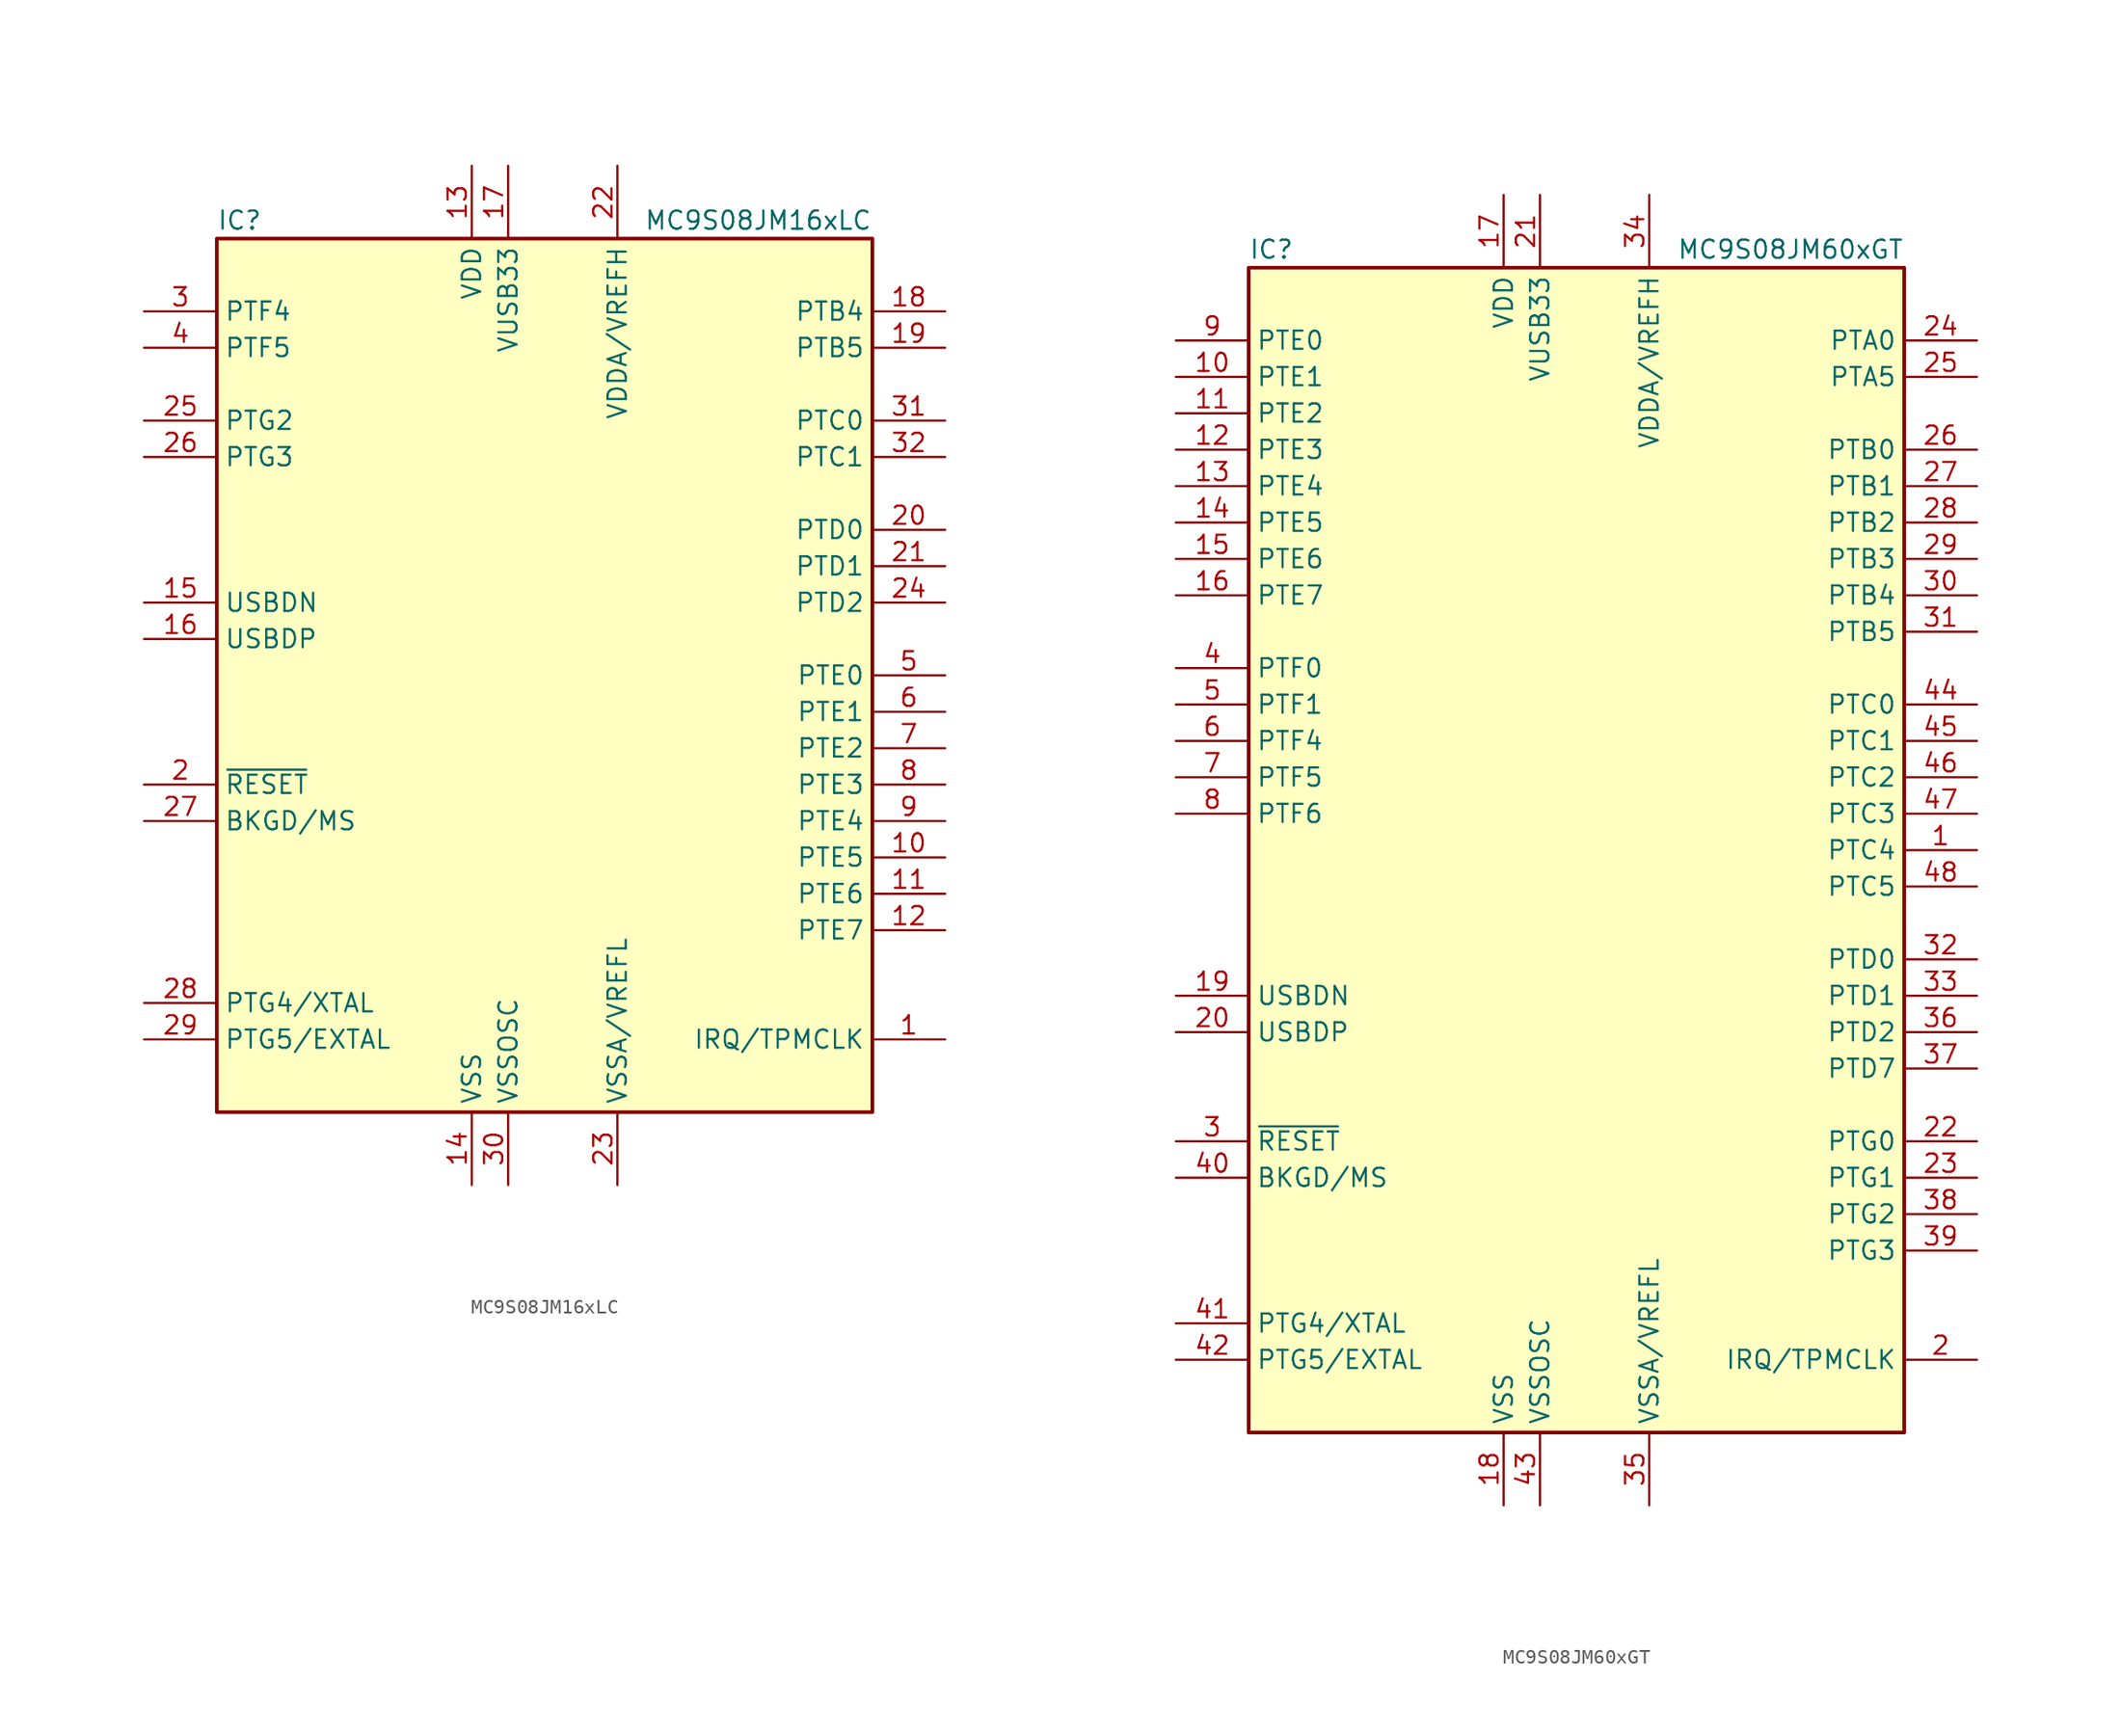
<source format=kicad_sym>
(kicad_symbol_lib
  (version 20211014)
  (generator kicad_symbol_editor)
  (symbol "MC9S08JM16xLC"
    (property "Reference" "IC"
      (at -22.86 31.75 0)
      (effects (font (size 1.27 1.27)) (justify left)))
    (property "Value" "MC9S08JM16xLC"
      (at 22.86 31.75 0)
      (effects (font (size 1.27 1.27)) (justify right)))
    (symbol "MC9S08JM16xLC_0_1"
      (rectangle (start -22.86 30.48) (end 22.86 -30.48) (stroke (width 0.254) (type default) (color 0 0 0 0)) (fill (type background))))
    (symbol "MC9S08JM16xLC_1_1"
      (pin bidirectional line (at 27.94 -25.4 180) (length 5.08) (name "IRQ/TPMCLK" (effects (font (size 1.27 1.27)))) (number "1" (effects (font (size 1.27 1.27)))))
      (pin bidirectional line (at 27.94 -12.7 180) (length 5.08) (name "PTE5" (effects (font (size 1.27 1.27)))) (number "10" (effects (font (size 1.27 1.27)))))
      (pin bidirectional line (at 27.94 -15.24 180) (length 5.08) (name "PTE6" (effects (font (size 1.27 1.27)))) (number "11" (effects (font (size 1.27 1.27)))))
      (pin bidirectional line (at 27.94 -17.78 180) (length 5.08) (name "PTE7" (effects (font (size 1.27 1.27)))) (number "12" (effects (font (size 1.27 1.27)))))
      (pin power_in line (at -5.08 35.56 270) (length 5.08) (name "VDD" (effects (font (size 1.27 1.27)))) (number "13" (effects (font (size 1.27 1.27)))))
      (pin power_in line (at -5.08 -35.56 90) (length 5.08) (name "VSS" (effects (font (size 1.27 1.27)))) (number "14" (effects (font (size 1.27 1.27)))))
      (pin bidirectional line (at -27.94 5.08 0) (length 5.08) (name "USBDN" (effects (font (size 1.27 1.27)))) (number "15" (effects (font (size 1.27 1.27)))))
      (pin bidirectional line (at -27.94 2.54 0) (length 5.08) (name "USBDP" (effects (font (size 1.27 1.27)))) (number "16" (effects (font (size 1.27 1.27)))))
      (pin power_out line (at -2.54 35.56 270) (length 5.08) (name "VUSB33" (effects (font (size 1.27 1.27)))) (number "17" (effects (font (size 1.27 1.27)))))
      (pin bidirectional line (at 27.94 25.4 180) (length 5.08) (name "PTB4" (effects (font (size 1.27 1.27)))) (number "18" (effects (font (size 1.27 1.27)))))
      (pin bidirectional line (at 27.94 22.86 180) (length 5.08) (name "PTB5" (effects (font (size 1.27 1.27)))) (number "19" (effects (font (size 1.27 1.27)))))
      (pin input line (at -27.94 -7.62 0) (length 5.08) (name "~{RESET}" (effects (font (size 1.27 1.27)))) (number "2" (effects (font (size 1.27 1.27)))))
      (pin bidirectional line (at 27.94 10.16 180) (length 5.08) (name "PTD0" (effects (font (size 1.27 1.27)))) (number "20" (effects (font (size 1.27 1.27)))))
      (pin bidirectional line (at 27.94 7.62 180) (length 5.08) (name "PTD1" (effects (font (size 1.27 1.27)))) (number "21" (effects (font (size 1.27 1.27)))))
      (pin power_in line (at 5.08 35.56 270) (length 5.08) (name "VDDA/VREFH" (effects (font (size 1.27 1.27)))) (number "22" (effects (font (size 1.27 1.27)))))
      (pin power_in line (at 5.08 -35.56 90) (length 5.08) (name "VSSA/VREFL" (effects (font (size 1.27 1.27)))) (number "23" (effects (font (size 1.27 1.27)))))
      (pin bidirectional line (at 27.94 5.08 180) (length 5.08) (name "PTD2" (effects (font (size 1.27 1.27)))) (number "24" (effects (font (size 1.27 1.27)))))
      (pin bidirectional line (at -27.94 17.78 0) (length 5.08) (name "PTG2" (effects (font (size 1.27 1.27)))) (number "25" (effects (font (size 1.27 1.27)))))
      (pin bidirectional line (at -27.94 15.24 0) (length 5.08) (name "PTG3" (effects (font (size 1.27 1.27)))) (number "26" (effects (font (size 1.27 1.27)))))
      (pin bidirectional line (at -27.94 -10.16 0) (length 5.08) (name "BKGD/MS" (effects (font (size 1.27 1.27)))) (number "27" (effects (font (size 1.27 1.27)))))
      (pin bidirectional line (at -27.94 -22.86 0) (length 5.08) (name "PTG4/XTAL" (effects (font (size 1.27 1.27)))) (number "28" (effects (font (size 1.27 1.27)))))
      (pin bidirectional line (at -27.94 -25.4 0) (length 5.08) (name "PTG5/EXTAL" (effects (font (size 1.27 1.27)))) (number "29" (effects (font (size 1.27 1.27)))))
      (pin bidirectional line (at -27.94 25.4 0) (length 5.08) (name "PTF4" (effects (font (size 1.27 1.27)))) (number "3" (effects (font (size 1.27 1.27)))))
      (pin power_in line (at -2.54 -35.56 90) (length 5.08) (name "VSSOSC" (effects (font (size 1.27 1.27)))) (number "30" (effects (font (size 1.27 1.27)))))
      (pin bidirectional line (at 27.94 17.78 180) (length 5.08) (name "PTC0" (effects (font (size 1.27 1.27)))) (number "31" (effects (font (size 1.27 1.27)))))
      (pin bidirectional line (at 27.94 15.24 180) (length 5.08) (name "PTC1" (effects (font (size 1.27 1.27)))) (number "32" (effects (font (size 1.27 1.27)))))
      (pin bidirectional line (at -27.94 22.86 0) (length 5.08) (name "PTF5" (effects (font (size 1.27 1.27)))) (number "4" (effects (font (size 1.27 1.27)))))
      (pin bidirectional line (at 27.94 0 180) (length 5.08) (name "PTE0" (effects (font (size 1.27 1.27)))) (number "5" (effects (font (size 1.27 1.27)))))
      (pin bidirectional line (at 27.94 -2.54 180) (length 5.08) (name "PTE1" (effects (font (size 1.27 1.27)))) (number "6" (effects (font (size 1.27 1.27)))))
      (pin bidirectional line (at 27.94 -5.08 180) (length 5.08) (name "PTE2" (effects (font (size 1.27 1.27)))) (number "7" (effects (font (size 1.27 1.27)))))
      (pin bidirectional line (at 27.94 -7.62 180) (length 5.08) (name "PTE3" (effects (font (size 1.27 1.27)))) (number "8" (effects (font (size 1.27 1.27)))))
      (pin bidirectional line (at 27.94 -10.16 180) (length 5.08) (name "PTE4" (effects (font (size 1.27 1.27)))) (number "9" (effects (font (size 1.27 1.27)))))))
  (symbol "MC9S08JM60xGT"
    (property "Reference" "IC"
      (at -22.86 41.91 0)
      (effects (font (size 1.27 1.27)) (justify left)))
    (property "Value" "MC9S08JM60xGT"
      (at 22.86 41.91 0)
      (effects (font (size 1.27 1.27)) (justify right)))
    (symbol "MC9S08JM60xGT_0_1"
      (rectangle (start -22.86 40.64) (end 22.86 -40.64) (stroke (width 0.254) (type default) (color 0 0 0 0)) (fill (type background))))
    (symbol "MC9S08JM60xGT_1_1"
      (pin bidirectional line (at 27.94 0 180) (length 5.08) (name "PTC4" (effects (font (size 1.27 1.27)))) (number "1" (effects (font (size 1.27 1.27)))))
      (pin bidirectional line (at -27.94 33.02 0) (length 5.08) (name "PTE1" (effects (font (size 1.27 1.27)))) (number "10" (effects (font (size 1.27 1.27)))))
      (pin bidirectional line (at -27.94 30.48 0) (length 5.08) (name "PTE2" (effects (font (size 1.27 1.27)))) (number "11" (effects (font (size 1.27 1.27)))))
      (pin bidirectional line (at -27.94 27.94 0) (length 5.08) (name "PTE3" (effects (font (size 1.27 1.27)))) (number "12" (effects (font (size 1.27 1.27)))))
      (pin bidirectional line (at -27.94 25.4 0) (length 5.08) (name "PTE4" (effects (font (size 1.27 1.27)))) (number "13" (effects (font (size 1.27 1.27)))))
      (pin bidirectional line (at -27.94 22.86 0) (length 5.08) (name "PTE5" (effects (font (size 1.27 1.27)))) (number "14" (effects (font (size 1.27 1.27)))))
      (pin bidirectional line (at -27.94 20.32 0) (length 5.08) (name "PTE6" (effects (font (size 1.27 1.27)))) (number "15" (effects (font (size 1.27 1.27)))))
      (pin bidirectional line (at -27.94 17.78 0) (length 5.08) (name "PTE7" (effects (font (size 1.27 1.27)))) (number "16" (effects (font (size 1.27 1.27)))))
      (pin power_in line (at -5.08 45.72 270) (length 5.08) (name "VDD" (effects (font (size 1.27 1.27)))) (number "17" (effects (font (size 1.27 1.27)))))
      (pin power_in line (at -5.08 -45.72 90) (length 5.08) (name "VSS" (effects (font (size 1.27 1.27)))) (number "18" (effects (font (size 1.27 1.27)))))
      (pin bidirectional line (at -27.94 -10.16 0) (length 5.08) (name "USBDN" (effects (font (size 1.27 1.27)))) (number "19" (effects (font (size 1.27 1.27)))))
      (pin bidirectional line (at 27.94 -35.56 180) (length 5.08) (name "IRQ/TPMCLK" (effects (font (size 1.27 1.27)))) (number "2" (effects (font (size 1.27 1.27)))))
      (pin bidirectional line (at -27.94 -12.7 0) (length 5.08) (name "USBDP" (effects (font (size 1.27 1.27)))) (number "20" (effects (font (size 1.27 1.27)))))
      (pin power_out line (at -2.54 45.72 270) (length 5.08) (name "VUSB33" (effects (font (size 1.27 1.27)))) (number "21" (effects (font (size 1.27 1.27)))))
      (pin bidirectional line (at 27.94 -20.32 180) (length 5.08) (name "PTG0" (effects (font (size 1.27 1.27)))) (number "22" (effects (font (size 1.27 1.27)))))
      (pin bidirectional line (at 27.94 -22.86 180) (length 5.08) (name "PTG1" (effects (font (size 1.27 1.27)))) (number "23" (effects (font (size 1.27 1.27)))))
      (pin bidirectional line (at 27.94 35.56 180) (length 5.08) (name "PTA0" (effects (font (size 1.27 1.27)))) (number "24" (effects (font (size 1.27 1.27)))))
      (pin bidirectional line (at 27.94 33.02 180) (length 5.08) (name "PTA5" (effects (font (size 1.27 1.27)))) (number "25" (effects (font (size 1.27 1.27)))))
      (pin bidirectional line (at 27.94 27.94 180) (length 5.08) (name "PTB0" (effects (font (size 1.27 1.27)))) (number "26" (effects (font (size 1.27 1.27)))))
      (pin bidirectional line (at 27.94 25.4 180) (length 5.08) (name "PTB1" (effects (font (size 1.27 1.27)))) (number "27" (effects (font (size 1.27 1.27)))))
      (pin bidirectional line (at 27.94 22.86 180) (length 5.08) (name "PTB2" (effects (font (size 1.27 1.27)))) (number "28" (effects (font (size 1.27 1.27)))))
      (pin bidirectional line (at 27.94 20.32 180) (length 5.08) (name "PTB3" (effects (font (size 1.27 1.27)))) (number "29" (effects (font (size 1.27 1.27)))))
      (pin input line (at -27.94 -20.32 0) (length 5.08) (name "~{RESET}" (effects (font (size 1.27 1.27)))) (number "3" (effects (font (size 1.27 1.27)))))
      (pin bidirectional line (at 27.94 17.78 180) (length 5.08) (name "PTB4" (effects (font (size 1.27 1.27)))) (number "30" (effects (font (size 1.27 1.27)))))
      (pin bidirectional line (at 27.94 15.24 180) (length 5.08) (name "PTB5" (effects (font (size 1.27 1.27)))) (number "31" (effects (font (size 1.27 1.27)))))
      (pin bidirectional line (at 27.94 -7.62 180) (length 5.08) (name "PTD0" (effects (font (size 1.27 1.27)))) (number "32" (effects (font (size 1.27 1.27)))))
      (pin bidirectional line (at 27.94 -10.16 180) (length 5.08) (name "PTD1" (effects (font (size 1.27 1.27)))) (number "33" (effects (font (size 1.27 1.27)))))
      (pin power_in line (at 5.08 45.72 270) (length 5.08) (name "VDDA/VREFH" (effects (font (size 1.27 1.27)))) (number "34" (effects (font (size 1.27 1.27)))))
      (pin power_in line (at 5.08 -45.72 90) (length 5.08) (name "VSSA/VREFL" (effects (font (size 1.27 1.27)))) (number "35" (effects (font (size 1.27 1.27)))))
      (pin bidirectional line (at 27.94 -12.7 180) (length 5.08) (name "PTD2" (effects (font (size 1.27 1.27)))) (number "36" (effects (font (size 1.27 1.27)))))
      (pin bidirectional line (at 27.94 -15.24 180) (length 5.08) (name "PTD7" (effects (font (size 1.27 1.27)))) (number "37" (effects (font (size 1.27 1.27)))))
      (pin bidirectional line (at 27.94 -25.4 180) (length 5.08) (name "PTG2" (effects (font (size 1.27 1.27)))) (number "38" (effects (font (size 1.27 1.27)))))
      (pin bidirectional line (at 27.94 -27.94 180) (length 5.08) (name "PTG3" (effects (font (size 1.27 1.27)))) (number "39" (effects (font (size 1.27 1.27)))))
      (pin bidirectional line (at -27.94 12.7 0) (length 5.08) (name "PTF0" (effects (font (size 1.27 1.27)))) (number "4" (effects (font (size 1.27 1.27)))))
      (pin bidirectional line (at -27.94 -22.86 0) (length 5.08) (name "BKGD/MS" (effects (font (size 1.27 1.27)))) (number "40" (effects (font (size 1.27 1.27)))))
      (pin bidirectional line (at -27.94 -33.02 0) (length 5.08) (name "PTG4/XTAL" (effects (font (size 1.27 1.27)))) (number "41" (effects (font (size 1.27 1.27)))))
      (pin bidirectional line (at -27.94 -35.56 0) (length 5.08) (name "PTG5/EXTAL" (effects (font (size 1.27 1.27)))) (number "42" (effects (font (size 1.27 1.27)))))
      (pin power_in line (at -2.54 -45.72 90) (length 5.08) (name "VSSOSC" (effects (font (size 1.27 1.27)))) (number "43" (effects (font (size 1.27 1.27)))))
      (pin bidirectional line (at 27.94 10.16 180) (length 5.08) (name "PTC0" (effects (font (size 1.27 1.27)))) (number "44" (effects (font (size 1.27 1.27)))))
      (pin bidirectional line (at 27.94 7.62 180) (length 5.08) (name "PTC1" (effects (font (size 1.27 1.27)))) (number "45" (effects (font (size 1.27 1.27)))))
      (pin bidirectional line (at 27.94 5.08 180) (length 5.08) (name "PTC2" (effects (font (size 1.27 1.27)))) (number "46" (effects (font (size 1.27 1.27)))))
      (pin bidirectional line (at 27.94 2.54 180) (length 5.08) (name "PTC3" (effects (font (size 1.27 1.27)))) (number "47" (effects (font (size 1.27 1.27)))))
      (pin bidirectional line (at 27.94 -2.54 180) (length 5.08) (name "PTC5" (effects (font (size 1.27 1.27)))) (number "48" (effects (font (size 1.27 1.27)))))
      (pin bidirectional line (at -27.94 10.16 0) (length 5.08) (name "PTF1" (effects (font (size 1.27 1.27)))) (number "5" (effects (font (size 1.27 1.27)))))
      (pin bidirectional line (at -27.94 7.62 0) (length 5.08) (name "PTF4" (effects (font (size 1.27 1.27)))) (number "6" (effects (font (size 1.27 1.27)))))
      (pin bidirectional line (at -27.94 5.08 0) (length 5.08) (name "PTF5" (effects (font (size 1.27 1.27)))) (number "7" (effects (font (size 1.27 1.27)))))
      (pin bidirectional line (at -27.94 2.54 0) (length 5.08) (name "PTF6" (effects (font (size 1.27 1.27)))) (number "8" (effects (font (size 1.27 1.27)))))
      (pin bidirectional line (at -27.94 35.56 0) (length 5.08) (name "PTE0" (effects (font (size 1.27 1.27)))) (number "9" (effects (font (size 1.27 1.27))))))))
</source>
